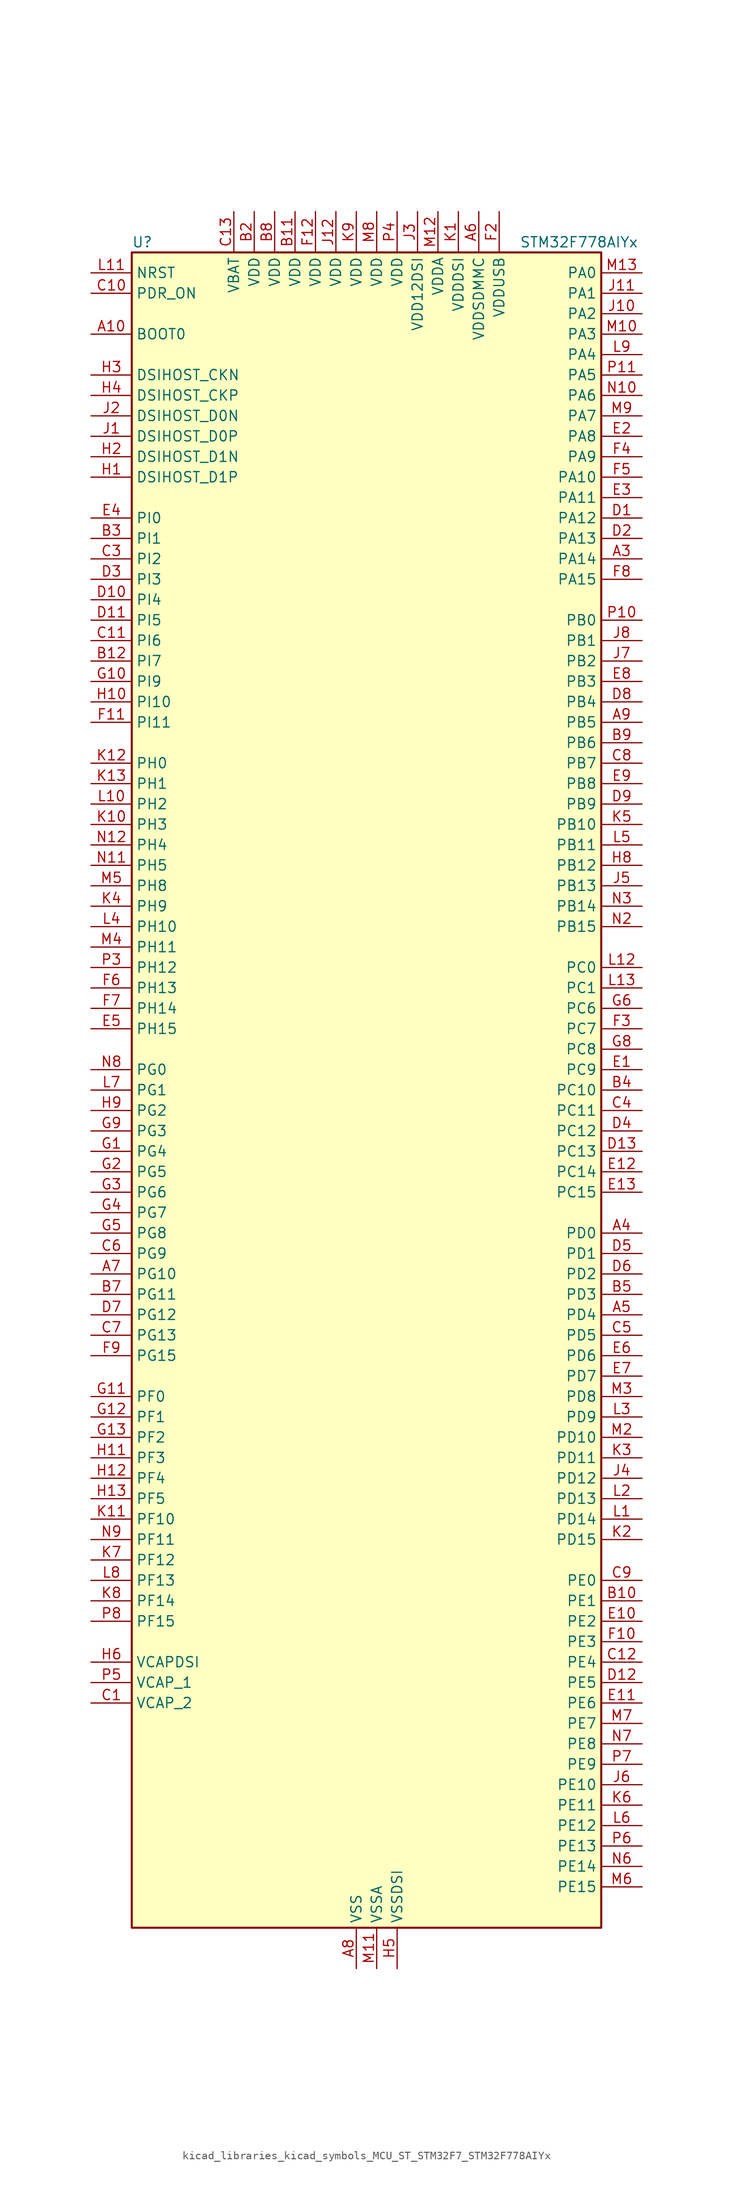
<source format=kicad_sym>
(kicad_symbol_lib
  (version 20220914)
  (generator kicad_symbol_editor)
  (symbol "kicad_libraries_kicad_symbols_MCU_ST_STM32F7_STM32F778AIYx"
    (property "Reference" "U"
      (at -27.94 105.41 0)
      (effects (font (size 1.27 1.27)) (justify left)))
    (property "Value" "STM32F778AIYx"
      (at 20.32 105.41 0)
      (effects (font (size 1.27 1.27)) (justify left)))
    (property "ki_locked" ""
      (at 0 0 0)
      (effects (font (size 1.27 1.27))))
    (symbol "kicad_libraries_kicad_symbols_MCU_ST_STM32F7_STM32F778AIYx_0_1"
      (rectangle (start -27.94 -104.14) (end 30.48 104.14) (stroke (width 0.254) (type default)) (fill (type background))))
    (symbol "kicad_libraries_kicad_symbols_MCU_ST_STM32F7_STM32F778AIYx_1_1"
      (pin no_connect line (at -27.94 -104.14 0) (length 5.08) hide (name "NC" (effects (font (size 1.27 1.27)))) (number "A1" (effects (font (size 1.27 1.27)))))
      (pin input line (at -33.02 93.98 0) (length 5.08) (name "BOOT0" (effects (font (size 1.27 1.27)))) (number "A10" (effects (font (size 1.27 1.27)))))
      (pin passive line (at 0 -109.22 90) (length 5.08) hide (name "VSS" (effects (font (size 1.27 1.27)))) (number "A11" (effects (font (size 1.27 1.27)))))
      (pin no_connect line (at -27.94 -99.06 0) (length 5.08) hide (name "NC" (effects (font (size 1.27 1.27)))) (number "A12" (effects (font (size 1.27 1.27)))))
      (pin no_connect line (at -27.94 -96.52 0) (length 5.08) hide (name "NC" (effects (font (size 1.27 1.27)))) (number "A13" (effects (font (size 1.27 1.27)))))
      (pin no_connect line (at -27.94 -101.6 0) (length 5.08) hide (name "NC" (effects (font (size 1.27 1.27)))) (number "A2" (effects (font (size 1.27 1.27)))))
      (pin bidirectional line (at 35.56 66.04 180) (length 5.08) (name "PA14" (effects (font (size 1.27 1.27)))) (number "A3" (effects (font (size 1.27 1.27)))) (alternate "SYS_JTCK-SWCLK" bidirectional line))
      (pin bidirectional line (at 35.56 -17.78 180) (length 5.08) (name "PD0" (effects (font (size 1.27 1.27)))) (number "A4" (effects (font (size 1.27 1.27)))) (alternate "CAN1_RX" bidirectional line) (alternate "DFSDM1_CKIN6" bidirectional line) (alternate "DFSDM1_DATIN7" bidirectional line) (alternate "FMC_D2" bidirectional line) (alternate "FMC_DA2" bidirectional line) (alternate "UART4_RX" bidirectional line))
      (pin bidirectional line (at 35.56 -27.94 180) (length 5.08) (name "PD4" (effects (font (size 1.27 1.27)))) (number "A5" (effects (font (size 1.27 1.27)))) (alternate "DFSDM1_CKIN0" bidirectional line) (alternate "FMC_NOE" bidirectional line) (alternate "USART2_DE" bidirectional line) (alternate "USART2_RTS" bidirectional line))
      (pin power_in line (at 15.24 109.22 270) (length 5.08) (name "VDDSDMMC" (effects (font (size 1.27 1.27)))) (number "A6" (effects (font (size 1.27 1.27)))))
      (pin bidirectional line (at -33.02 -22.86 0) (length 5.08) (name "PG10" (effects (font (size 1.27 1.27)))) (number "A7" (effects (font (size 1.27 1.27)))) (alternate "DCMI_D2" bidirectional line) (alternate "FMC_NE3" bidirectional line) (alternate "I2S1_WS" bidirectional line) (alternate "LTDC_B2" bidirectional line) (alternate "LTDC_G3" bidirectional line) (alternate "SAI2_SD_B" bidirectional line) (alternate "SDMMC2_D1" bidirectional line) (alternate "SPI1_NSS" bidirectional line))
      (pin power_in line (at 0 -109.22 90) (length 5.08) (name "VSS" (effects (font (size 1.27 1.27)))) (number "A8" (effects (font (size 1.27 1.27)))))
      (pin bidirectional line (at 35.56 45.72 180) (length 5.08) (name "PB5" (effects (font (size 1.27 1.27)))) (number "A9" (effects (font (size 1.27 1.27)))) (alternate "CAN2_RX" bidirectional line) (alternate "DCMI_D10" bidirectional line) (alternate "FMC_SDCKE1" bidirectional line) (alternate "I2C1_SMBA" bidirectional line) (alternate "I2S1_SD" bidirectional line) (alternate "I2S3_SD" bidirectional line) (alternate "LTDC_G7" bidirectional line) (alternate "SPI1_MOSI" bidirectional line) (alternate "SPI3_MOSI" bidirectional line) (alternate "SPI6_MOSI" bidirectional line) (alternate "TIM3_CH2" bidirectional line) (alternate "UART5_RX" bidirectional line) (alternate "USB_OTG_HS_ULPI_D7" bidirectional line))
      (pin no_connect line (at -27.94 -93.98 0) (length 5.08) hide (name "NC" (effects (font (size 1.27 1.27)))) (number "B1" (effects (font (size 1.27 1.27)))))
      (pin bidirectional line (at 35.56 -63.5 180) (length 5.08) (name "PE1" (effects (font (size 1.27 1.27)))) (number "B10" (effects (font (size 1.27 1.27)))) (alternate "DCMI_D3" bidirectional line) (alternate "FMC_NBL1" bidirectional line) (alternate "LPTIM1_IN2" bidirectional line) (alternate "UART8_TX" bidirectional line))
      (pin power_in line (at -7.62 109.22 270) (length 5.08) (name "VDD" (effects (font (size 1.27 1.27)))) (number "B11" (effects (font (size 1.27 1.27)))))
      (pin bidirectional line (at -33.02 53.34 0) (length 5.08) (name "PI7" (effects (font (size 1.27 1.27)))) (number "B12" (effects (font (size 1.27 1.27)))) (alternate "DCMI_D7" bidirectional line) (alternate "FMC_D29" bidirectional line) (alternate "LTDC_B7" bidirectional line) (alternate "SAI2_FS_A" bidirectional line) (alternate "TIM8_CH3" bidirectional line))
      (pin no_connect line (at -27.94 -91.44 0) (length 5.08) hide (name "NC" (effects (font (size 1.27 1.27)))) (number "B13" (effects (font (size 1.27 1.27)))))
      (pin power_in line (at -12.7 109.22 270) (length 5.08) (name "VDD" (effects (font (size 1.27 1.27)))) (number "B2" (effects (font (size 1.27 1.27)))))
      (pin bidirectional line (at -33.02 68.58 0) (length 5.08) (name "PI1" (effects (font (size 1.27 1.27)))) (number "B3" (effects (font (size 1.27 1.27)))) (alternate "DCMI_D8" bidirectional line) (alternate "FMC_D25" bidirectional line) (alternate "I2S2_CK" bidirectional line) (alternate "LTDC_G6" bidirectional line) (alternate "SPI2_SCK" bidirectional line) (alternate "TIM8_BKIN2" bidirectional line))
      (pin bidirectional line (at 35.56 0 180) (length 5.08) (name "PC10" (effects (font (size 1.27 1.27)))) (number "B4" (effects (font (size 1.27 1.27)))) (alternate "DCMI_D8" bidirectional line) (alternate "DFSDM1_CKIN5" bidirectional line) (alternate "I2S3_CK" bidirectional line) (alternate "LTDC_R2" bidirectional line) (alternate "QUADSPI_BK1_IO1" bidirectional line) (alternate "SDMMC1_D2" bidirectional line) (alternate "SPI3_SCK" bidirectional line) (alternate "UART4_TX" bidirectional line) (alternate "USART3_TX" bidirectional line))
      (pin bidirectional line (at 35.56 -25.4 180) (length 5.08) (name "PD3" (effects (font (size 1.27 1.27)))) (number "B5" (effects (font (size 1.27 1.27)))) (alternate "DCMI_D5" bidirectional line) (alternate "DFSDM1_CKOUT" bidirectional line) (alternate "DFSDM1_DATIN0" bidirectional line) (alternate "FMC_CLK" bidirectional line) (alternate "I2S2_CK" bidirectional line) (alternate "LTDC_G7" bidirectional line) (alternate "SPI2_SCK" bidirectional line) (alternate "USART2_CTS" bidirectional line))
      (pin passive line (at 0 -109.22 90) (length 5.08) hide (name "VSS" (effects (font (size 1.27 1.27)))) (number "B6" (effects (font (size 1.27 1.27)))))
      (pin bidirectional line (at -33.02 -25.4 0) (length 5.08) (name "PG11" (effects (font (size 1.27 1.27)))) (number "B7" (effects (font (size 1.27 1.27)))) (alternate "ADC1_EXTI11" bidirectional line) (alternate "ADC2_EXTI11" bidirectional line) (alternate "ADC3_EXTI11" bidirectional line) (alternate "DCMI_D3" bidirectional line) (alternate "I2S1_CK" bidirectional line) (alternate "LTDC_B3" bidirectional line) (alternate "SDMMC2_D2" bidirectional line) (alternate "SPDIFRX_IN0" bidirectional line) (alternate "SPI1_SCK" bidirectional line))
      (pin power_in line (at -10.16 109.22 270) (length 5.08) (name "VDD" (effects (font (size 1.27 1.27)))) (number "B8" (effects (font (size 1.27 1.27)))))
      (pin bidirectional line (at 35.56 43.18 180) (length 5.08) (name "PB6" (effects (font (size 1.27 1.27)))) (number "B9" (effects (font (size 1.27 1.27)))) (alternate "CAN2_TX" bidirectional line) (alternate "CEC" bidirectional line) (alternate "DCMI_D5" bidirectional line) (alternate "DFSDM1_DATIN5" bidirectional line) (alternate "FMC_SDNE1" bidirectional line) (alternate "I2C1_SCL" bidirectional line) (alternate "I2C4_SCL" bidirectional line) (alternate "QUADSPI_BK1_NCS" bidirectional line) (alternate "TIM4_CH1" bidirectional line) (alternate "UART5_TX" bidirectional line) (alternate "USART1_TX" bidirectional line))
      (pin power_out line (at -33.02 -76.2 0) (length 5.08) (name "VCAP_2" (effects (font (size 1.27 1.27)))) (number "C1" (effects (font (size 1.27 1.27)))))
      (pin input line (at -33.02 99.06 0) (length 5.08) (name "PDR_ON" (effects (font (size 1.27 1.27)))) (number "C10" (effects (font (size 1.27 1.27)))))
      (pin bidirectional line (at -33.02 55.88 0) (length 5.08) (name "PI6" (effects (font (size 1.27 1.27)))) (number "C11" (effects (font (size 1.27 1.27)))) (alternate "DCMI_D6" bidirectional line) (alternate "FMC_D28" bidirectional line) (alternate "LTDC_B6" bidirectional line) (alternate "SAI2_SD_A" bidirectional line) (alternate "TIM8_CH2" bidirectional line))
      (pin bidirectional line (at 35.56 -71.12 180) (length 5.08) (name "PE4" (effects (font (size 1.27 1.27)))) (number "C12" (effects (font (size 1.27 1.27)))) (alternate "DCMI_D4" bidirectional line) (alternate "DFSDM1_DATIN3" bidirectional line) (alternate "FMC_A20" bidirectional line) (alternate "LTDC_B0" bidirectional line) (alternate "SAI1_FS_A" bidirectional line) (alternate "SPI4_NSS" bidirectional line) (alternate "SYS_TRACED1" bidirectional line))
      (pin power_in line (at -15.24 109.22 270) (length 5.08) (name "VBAT" (effects (font (size 1.27 1.27)))) (number "C13" (effects (font (size 1.27 1.27)))))
      (pin passive line (at 0 -109.22 90) (length 5.08) hide (name "VSS" (effects (font (size 1.27 1.27)))) (number "C2" (effects (font (size 1.27 1.27)))))
      (pin bidirectional line (at -33.02 66.04 0) (length 5.08) (name "PI2" (effects (font (size 1.27 1.27)))) (number "C3" (effects (font (size 1.27 1.27)))) (alternate "DCMI_D9" bidirectional line) (alternate "FMC_D26" bidirectional line) (alternate "LTDC_G7" bidirectional line) (alternate "SPI2_MISO" bidirectional line) (alternate "TIM8_CH4" bidirectional line))
      (pin bidirectional line (at 35.56 -2.54 180) (length 5.08) (name "PC11" (effects (font (size 1.27 1.27)))) (number "C4" (effects (font (size 1.27 1.27)))) (alternate "ADC1_EXTI11" bidirectional line) (alternate "ADC2_EXTI11" bidirectional line) (alternate "ADC3_EXTI11" bidirectional line) (alternate "DCMI_D4" bidirectional line) (alternate "DFSDM1_DATIN5" bidirectional line) (alternate "QUADSPI_BK2_NCS" bidirectional line) (alternate "SDMMC1_D3" bidirectional line) (alternate "SPI3_MISO" bidirectional line) (alternate "UART4_RX" bidirectional line) (alternate "USART3_RX" bidirectional line))
      (pin bidirectional line (at 35.56 -30.48 180) (length 5.08) (name "PD5" (effects (font (size 1.27 1.27)))) (number "C5" (effects (font (size 1.27 1.27)))) (alternate "FMC_NWE" bidirectional line) (alternate "USART2_TX" bidirectional line))
      (pin bidirectional line (at -33.02 -20.32 0) (length 5.08) (name "PG9" (effects (font (size 1.27 1.27)))) (number "C6" (effects (font (size 1.27 1.27)))) (alternate "DAC_EXTI9" bidirectional line) (alternate "DCMI_VSYNC" bidirectional line) (alternate "FMC_NCE" bidirectional line) (alternate "FMC_NE2" bidirectional line) (alternate "QUADSPI_BK2_IO2" bidirectional line) (alternate "SAI2_FS_B" bidirectional line) (alternate "SDMMC2_D0" bidirectional line) (alternate "SPDIFRX_IN3" bidirectional line) (alternate "SPI1_MISO" bidirectional line) (alternate "USART6_RX" bidirectional line))
      (pin bidirectional line (at -33.02 -30.48 0) (length 5.08) (name "PG13" (effects (font (size 1.27 1.27)))) (number "C7" (effects (font (size 1.27 1.27)))) (alternate "FMC_A24" bidirectional line) (alternate "LPTIM1_OUT" bidirectional line) (alternate "LTDC_R0" bidirectional line) (alternate "SPI6_SCK" bidirectional line) (alternate "SYS_TRACED0" bidirectional line) (alternate "USART6_CTS" bidirectional line))
      (pin bidirectional line (at 35.56 40.64 180) (length 5.08) (name "PB7" (effects (font (size 1.27 1.27)))) (number "C8" (effects (font (size 1.27 1.27)))) (alternate "DCMI_VSYNC" bidirectional line) (alternate "DFSDM1_CKIN5" bidirectional line) (alternate "FMC_NL" bidirectional line) (alternate "I2C1_SDA" bidirectional line) (alternate "I2C4_SDA" bidirectional line) (alternate "TIM4_CH2" bidirectional line) (alternate "USART1_RX" bidirectional line))
      (pin bidirectional line (at 35.56 -60.96 180) (length 5.08) (name "PE0" (effects (font (size 1.27 1.27)))) (number "C9" (effects (font (size 1.27 1.27)))) (alternate "DCMI_D2" bidirectional line) (alternate "FMC_NBL0" bidirectional line) (alternate "LPTIM1_ETR" bidirectional line) (alternate "SAI2_MCLK_A" bidirectional line) (alternate "TIM4_ETR" bidirectional line) (alternate "UART8_RX" bidirectional line))
      (pin bidirectional line (at 35.56 71.12 180) (length 5.08) (name "PA12" (effects (font (size 1.27 1.27)))) (number "D1" (effects (font (size 1.27 1.27)))) (alternate "CAN1_TX" bidirectional line) (alternate "I2S2_CK" bidirectional line) (alternate "LTDC_R5" bidirectional line) (alternate "SAI2_FS_B" bidirectional line) (alternate "SPI2_SCK" bidirectional line) (alternate "TIM1_ETR" bidirectional line) (alternate "UART4_TX" bidirectional line) (alternate "USART1_DE" bidirectional line) (alternate "USART1_RTS" bidirectional line) (alternate "USB_OTG_FS_DP" bidirectional line))
      (pin bidirectional line (at -33.02 60.96 0) (length 5.08) (name "PI4" (effects (font (size 1.27 1.27)))) (number "D10" (effects (font (size 1.27 1.27)))) (alternate "DCMI_D5" bidirectional line) (alternate "FMC_NBL2" bidirectional line) (alternate "LTDC_B4" bidirectional line) (alternate "SAI2_MCLK_A" bidirectional line) (alternate "TIM8_BKIN" bidirectional line))
      (pin bidirectional line (at -33.02 58.42 0) (length 5.08) (name "PI5" (effects (font (size 1.27 1.27)))) (number "D11" (effects (font (size 1.27 1.27)))) (alternate "DCMI_VSYNC" bidirectional line) (alternate "FMC_NBL3" bidirectional line) (alternate "LTDC_B5" bidirectional line) (alternate "SAI2_SCK_A" bidirectional line) (alternate "TIM8_CH1" bidirectional line))
      (pin bidirectional line (at 35.56 -73.66 180) (length 5.08) (name "PE5" (effects (font (size 1.27 1.27)))) (number "D12" (effects (font (size 1.27 1.27)))) (alternate "DCMI_D6" bidirectional line) (alternate "DFSDM1_CKIN3" bidirectional line) (alternate "FMC_A21" bidirectional line) (alternate "LTDC_G0" bidirectional line) (alternate "SAI1_SCK_A" bidirectional line) (alternate "SPI4_MISO" bidirectional line) (alternate "SYS_TRACED2" bidirectional line) (alternate "TIM9_CH1" bidirectional line))
      (pin bidirectional line (at 35.56 -7.62 180) (length 5.08) (name "PC13" (effects (font (size 1.27 1.27)))) (number "D13" (effects (font (size 1.27 1.27)))) (alternate "RTC_OUT" bidirectional line) (alternate "RTC_TAMP1" bidirectional line) (alternate "RTC_TS" bidirectional line) (alternate "SYS_WKUP4" bidirectional line))
      (pin bidirectional line (at 35.56 68.58 180) (length 5.08) (name "PA13" (effects (font (size 1.27 1.27)))) (number "D2" (effects (font (size 1.27 1.27)))) (alternate "SYS_JTMS-SWDIO" bidirectional line))
      (pin bidirectional line (at -33.02 63.5 0) (length 5.08) (name "PI3" (effects (font (size 1.27 1.27)))) (number "D3" (effects (font (size 1.27 1.27)))) (alternate "DCMI_D10" bidirectional line) (alternate "FMC_D27" bidirectional line) (alternate "I2S2_SD" bidirectional line) (alternate "SPI2_MOSI" bidirectional line) (alternate "TIM8_ETR" bidirectional line))
      (pin bidirectional line (at 35.56 -5.08 180) (length 5.08) (name "PC12" (effects (font (size 1.27 1.27)))) (number "D4" (effects (font (size 1.27 1.27)))) (alternate "DCMI_D9" bidirectional line) (alternate "I2S3_SD" bidirectional line) (alternate "SDMMC1_CK" bidirectional line) (alternate "SPI3_MOSI" bidirectional line) (alternate "SYS_TRACED3" bidirectional line) (alternate "UART5_TX" bidirectional line) (alternate "USART3_CK" bidirectional line))
      (pin bidirectional line (at 35.56 -20.32 180) (length 5.08) (name "PD1" (effects (font (size 1.27 1.27)))) (number "D5" (effects (font (size 1.27 1.27)))) (alternate "CAN1_TX" bidirectional line) (alternate "DFSDM1_CKIN7" bidirectional line) (alternate "DFSDM1_DATIN6" bidirectional line) (alternate "FMC_D3" bidirectional line) (alternate "FMC_DA3" bidirectional line) (alternate "UART4_TX" bidirectional line))
      (pin bidirectional line (at 35.56 -22.86 180) (length 5.08) (name "PD2" (effects (font (size 1.27 1.27)))) (number "D6" (effects (font (size 1.27 1.27)))) (alternate "DCMI_D11" bidirectional line) (alternate "SDMMC1_CMD" bidirectional line) (alternate "SYS_TRACED2" bidirectional line) (alternate "TIM3_ETR" bidirectional line) (alternate "UART5_RX" bidirectional line))
      (pin bidirectional line (at -33.02 -27.94 0) (length 5.08) (name "PG12" (effects (font (size 1.27 1.27)))) (number "D7" (effects (font (size 1.27 1.27)))) (alternate "FMC_NE4" bidirectional line) (alternate "LPTIM1_IN1" bidirectional line) (alternate "LTDC_B1" bidirectional line) (alternate "LTDC_B4" bidirectional line) (alternate "SDMMC2_D3" bidirectional line) (alternate "SPDIFRX_IN1" bidirectional line) (alternate "SPI6_MISO" bidirectional line) (alternate "USART6_DE" bidirectional line) (alternate "USART6_RTS" bidirectional line))
      (pin bidirectional line (at 35.56 48.26 180) (length 5.08) (name "PB4" (effects (font (size 1.27 1.27)))) (number "D8" (effects (font (size 1.27 1.27)))) (alternate "CAN3_TX" bidirectional line) (alternate "I2S2_WS" bidirectional line) (alternate "SDMMC2_D3" bidirectional line) (alternate "SPI1_MISO" bidirectional line) (alternate "SPI2_NSS" bidirectional line) (alternate "SPI3_MISO" bidirectional line) (alternate "SPI6_MISO" bidirectional line) (alternate "SYS_JTRST" bidirectional line) (alternate "TIM3_CH1" bidirectional line) (alternate "UART7_TX" bidirectional line))
      (pin bidirectional line (at 35.56 35.56 180) (length 5.08) (name "PB9" (effects (font (size 1.27 1.27)))) (number "D9" (effects (font (size 1.27 1.27)))) (alternate "CAN1_TX" bidirectional line) (alternate "DAC_EXTI9" bidirectional line) (alternate "DCMI_D7" bidirectional line) (alternate "DFSDM1_DATIN7" bidirectional line) (alternate "I2C1_SDA" bidirectional line) (alternate "I2C4_SDA" bidirectional line) (alternate "I2C4_SMBA" bidirectional line) (alternate "I2S2_WS" bidirectional line) (alternate "LTDC_B7" bidirectional line) (alternate "SDMMC1_D5" bidirectional line) (alternate "SDMMC2_D5" bidirectional line) (alternate "SPI2_NSS" bidirectional line) (alternate "TIM11_CH1" bidirectional line) (alternate "TIM4_CH4" bidirectional line) (alternate "UART5_TX" bidirectional line))
      (pin bidirectional line (at 35.56 2.54 180) (length 5.08) (name "PC9" (effects (font (size 1.27 1.27)))) (number "E1" (effects (font (size 1.27 1.27)))) (alternate "DAC_EXTI9" bidirectional line) (alternate "DCMI_D3" bidirectional line) (alternate "I2C3_SDA" bidirectional line) (alternate "I2S_CKIN" bidirectional line) (alternate "LTDC_B2" bidirectional line) (alternate "LTDC_G3" bidirectional line) (alternate "QUADSPI_BK1_IO0" bidirectional line) (alternate "RCC_MCO_2" bidirectional line) (alternate "SDMMC1_D1" bidirectional line) (alternate "TIM3_CH4" bidirectional line) (alternate "TIM8_CH4" bidirectional line) (alternate "UART5_CTS" bidirectional line))
      (pin bidirectional line (at 35.56 -66.04 180) (length 5.08) (name "PE2" (effects (font (size 1.27 1.27)))) (number "E10" (effects (font (size 1.27 1.27)))) (alternate "FMC_A23" bidirectional line) (alternate "QUADSPI_BK1_IO2" bidirectional line) (alternate "SAI1_MCLK_A" bidirectional line) (alternate "SPI4_SCK" bidirectional line) (alternate "SYS_TRACECLK" bidirectional line))
      (pin bidirectional line (at 35.56 -76.2 180) (length 5.08) (name "PE6" (effects (font (size 1.27 1.27)))) (number "E11" (effects (font (size 1.27 1.27)))) (alternate "DCMI_D7" bidirectional line) (alternate "FMC_A22" bidirectional line) (alternate "LTDC_G1" bidirectional line) (alternate "SAI1_SD_A" bidirectional line) (alternate "SAI2_MCLK_B" bidirectional line) (alternate "SPI4_MOSI" bidirectional line) (alternate "SYS_TRACED3" bidirectional line) (alternate "TIM1_BKIN2" bidirectional line) (alternate "TIM9_CH2" bidirectional line))
      (pin bidirectional line (at 35.56 -10.16 180) (length 5.08) (name "PC14" (effects (font (size 1.27 1.27)))) (number "E12" (effects (font (size 1.27 1.27)))) (alternate "RCC_OSC32_IN" bidirectional line))
      (pin bidirectional line (at 35.56 -12.7 180) (length 5.08) (name "PC15" (effects (font (size 1.27 1.27)))) (number "E13" (effects (font (size 1.27 1.27)))) (alternate "RCC_OSC32_OUT" bidirectional line))
      (pin bidirectional line (at 35.56 81.28 180) (length 5.08) (name "PA8" (effects (font (size 1.27 1.27)))) (number "E2" (effects (font (size 1.27 1.27)))) (alternate "CAN3_RX" bidirectional line) (alternate "I2C3_SCL" bidirectional line) (alternate "LTDC_B3" bidirectional line) (alternate "LTDC_R6" bidirectional line) (alternate "RCC_MCO_1" bidirectional line) (alternate "TIM1_CH1" bidirectional line) (alternate "TIM8_BKIN2" bidirectional line) (alternate "UART7_RX" bidirectional line) (alternate "USART1_CK" bidirectional line) (alternate "USB_OTG_FS_SOF" bidirectional line))
      (pin bidirectional line (at 35.56 73.66 180) (length 5.08) (name "PA11" (effects (font (size 1.27 1.27)))) (number "E3" (effects (font (size 1.27 1.27)))) (alternate "ADC1_EXTI11" bidirectional line) (alternate "ADC2_EXTI11" bidirectional line) (alternate "ADC3_EXTI11" bidirectional line) (alternate "CAN1_RX" bidirectional line) (alternate "I2S2_WS" bidirectional line) (alternate "LTDC_R4" bidirectional line) (alternate "SPI2_NSS" bidirectional line) (alternate "TIM1_CH4" bidirectional line) (alternate "UART4_RX" bidirectional line) (alternate "USART1_CTS" bidirectional line) (alternate "USB_OTG_FS_DM" bidirectional line))
      (pin bidirectional line (at -33.02 71.12 0) (length 5.08) (name "PI0" (effects (font (size 1.27 1.27)))) (number "E4" (effects (font (size 1.27 1.27)))) (alternate "DCMI_D13" bidirectional line) (alternate "FMC_D24" bidirectional line) (alternate "I2S2_WS" bidirectional line) (alternate "LTDC_G5" bidirectional line) (alternate "SPI2_NSS" bidirectional line) (alternate "TIM5_CH4" bidirectional line))
      (pin bidirectional line (at -33.02 7.62 0) (length 5.08) (name "PH15" (effects (font (size 1.27 1.27)))) (number "E5" (effects (font (size 1.27 1.27)))) (alternate "DCMI_D11" bidirectional line) (alternate "FMC_D23" bidirectional line) (alternate "LTDC_G4" bidirectional line) (alternate "TIM8_CH3N" bidirectional line))
      (pin bidirectional line (at 35.56 -33.02 180) (length 5.08) (name "PD6" (effects (font (size 1.27 1.27)))) (number "E6" (effects (font (size 1.27 1.27)))) (alternate "DCMI_D10" bidirectional line) (alternate "DFSDM1_CKIN4" bidirectional line) (alternate "DFSDM1_DATIN1" bidirectional line) (alternate "FMC_NWAIT" bidirectional line) (alternate "I2S3_SD" bidirectional line) (alternate "LTDC_B2" bidirectional line) (alternate "SAI1_SD_A" bidirectional line) (alternate "SDMMC2_CK" bidirectional line) (alternate "SPI3_MOSI" bidirectional line) (alternate "USART2_RX" bidirectional line))
      (pin bidirectional line (at 35.56 -35.56 180) (length 5.08) (name "PD7" (effects (font (size 1.27 1.27)))) (number "E7" (effects (font (size 1.27 1.27)))) (alternate "DFSDM1_CKIN1" bidirectional line) (alternate "DFSDM1_DATIN4" bidirectional line) (alternate "FMC_NE1" bidirectional line) (alternate "I2S1_SD" bidirectional line) (alternate "SDMMC2_CMD" bidirectional line) (alternate "SPDIFRX_IN0" bidirectional line) (alternate "SPI1_MOSI" bidirectional line) (alternate "USART2_CK" bidirectional line))
      (pin bidirectional line (at 35.56 50.8 180) (length 5.08) (name "PB3" (effects (font (size 1.27 1.27)))) (number "E8" (effects (font (size 1.27 1.27)))) (alternate "CAN3_RX" bidirectional line) (alternate "I2S1_CK" bidirectional line) (alternate "I2S3_CK" bidirectional line) (alternate "SDMMC2_D2" bidirectional line) (alternate "SPI1_SCK" bidirectional line) (alternate "SPI3_SCK" bidirectional line) (alternate "SPI6_SCK" bidirectional line) (alternate "SYS_JTDO-SWO" bidirectional line) (alternate "TIM2_CH2" bidirectional line) (alternate "UART7_RX" bidirectional line))
      (pin bidirectional line (at 35.56 38.1 180) (length 5.08) (name "PB8" (effects (font (size 1.27 1.27)))) (number "E9" (effects (font (size 1.27 1.27)))) (alternate "CAN1_RX" bidirectional line) (alternate "DCMI_D6" bidirectional line) (alternate "DFSDM1_CKIN7" bidirectional line) (alternate "I2C1_SCL" bidirectional line) (alternate "I2C4_SCL" bidirectional line) (alternate "LTDC_B6" bidirectional line) (alternate "SDMMC1_D4" bidirectional line) (alternate "SDMMC2_D4" bidirectional line) (alternate "TIM10_CH1" bidirectional line) (alternate "TIM4_CH3" bidirectional line) (alternate "UART5_RX" bidirectional line))
      (pin passive line (at 0 -109.22 90) (length 5.08) hide (name "VSS" (effects (font (size 1.27 1.27)))) (number "F1" (effects (font (size 1.27 1.27)))))
      (pin bidirectional line (at 35.56 -68.58 180) (length 5.08) (name "PE3" (effects (font (size 1.27 1.27)))) (number "F10" (effects (font (size 1.27 1.27)))) (alternate "FMC_A19" bidirectional line) (alternate "SAI1_SD_B" bidirectional line) (alternate "SYS_TRACED0" bidirectional line))
      (pin bidirectional line (at -33.02 45.72 0) (length 5.08) (name "PI11" (effects (font (size 1.27 1.27)))) (number "F11" (effects (font (size 1.27 1.27)))) (alternate "ADC1_EXTI11" bidirectional line) (alternate "ADC2_EXTI11" bidirectional line) (alternate "ADC3_EXTI11" bidirectional line) (alternate "LTDC_G6" bidirectional line) (alternate "SYS_WKUP6" bidirectional line) (alternate "USB_OTG_HS_ULPI_DIR" bidirectional line))
      (pin power_in line (at -5.08 109.22 270) (length 5.08) (name "VDD" (effects (font (size 1.27 1.27)))) (number "F12" (effects (font (size 1.27 1.27)))))
      (pin passive line (at 0 -109.22 90) (length 5.08) hide (name "VSS" (effects (font (size 1.27 1.27)))) (number "F13" (effects (font (size 1.27 1.27)))))
      (pin power_in line (at 17.78 109.22 270) (length 5.08) (name "VDDUSB" (effects (font (size 1.27 1.27)))) (number "F2" (effects (font (size 1.27 1.27)))))
      (pin bidirectional line (at 35.56 7.62 180) (length 5.08) (name "PC7" (effects (font (size 1.27 1.27)))) (number "F3" (effects (font (size 1.27 1.27)))) (alternate "DCMI_D1" bidirectional line) (alternate "DFSDM1_DATIN3" bidirectional line) (alternate "FMC_NE1" bidirectional line) (alternate "I2S3_MCK" bidirectional line) (alternate "LTDC_G6" bidirectional line) (alternate "SDMMC1_D7" bidirectional line) (alternate "SDMMC2_D7" bidirectional line) (alternate "TIM3_CH2" bidirectional line) (alternate "TIM8_CH2" bidirectional line) (alternate "USART6_RX" bidirectional line))
      (pin bidirectional line (at 35.56 78.74 180) (length 5.08) (name "PA9" (effects (font (size 1.27 1.27)))) (number "F4" (effects (font (size 1.27 1.27)))) (alternate "DAC_EXTI9" bidirectional line) (alternate "DCMI_D0" bidirectional line) (alternate "I2C3_SMBA" bidirectional line) (alternate "I2S2_CK" bidirectional line) (alternate "LTDC_R5" bidirectional line) (alternate "SPI2_SCK" bidirectional line) (alternate "TIM1_CH2" bidirectional line) (alternate "USART1_TX" bidirectional line) (alternate "USB_OTG_FS_VBUS" bidirectional line))
      (pin bidirectional line (at 35.56 76.2 180) (length 5.08) (name "PA10" (effects (font (size 1.27 1.27)))) (number "F5" (effects (font (size 1.27 1.27)))) (alternate "DCMI_D1" bidirectional line) (alternate "LTDC_B1" bidirectional line) (alternate "LTDC_B4" bidirectional line) (alternate "MDIOS_MDIO" bidirectional line) (alternate "TIM1_CH3" bidirectional line) (alternate "USART1_RX" bidirectional line) (alternate "USB_OTG_FS_ID" bidirectional line))
      (pin bidirectional line (at -33.02 12.7 0) (length 5.08) (name "PH13" (effects (font (size 1.27 1.27)))) (number "F6" (effects (font (size 1.27 1.27)))) (alternate "CAN1_TX" bidirectional line) (alternate "FMC_D21" bidirectional line) (alternate "LTDC_G2" bidirectional line) (alternate "TIM8_CH1N" bidirectional line) (alternate "UART4_TX" bidirectional line))
      (pin bidirectional line (at -33.02 10.16 0) (length 5.08) (name "PH14" (effects (font (size 1.27 1.27)))) (number "F7" (effects (font (size 1.27 1.27)))) (alternate "CAN1_RX" bidirectional line) (alternate "DCMI_D4" bidirectional line) (alternate "FMC_D22" bidirectional line) (alternate "LTDC_G3" bidirectional line) (alternate "TIM8_CH2N" bidirectional line) (alternate "UART4_RX" bidirectional line))
      (pin bidirectional line (at 35.56 63.5 180) (length 5.08) (name "PA15" (effects (font (size 1.27 1.27)))) (number "F8" (effects (font (size 1.27 1.27)))) (alternate "CAN3_TX" bidirectional line) (alternate "CEC" bidirectional line) (alternate "I2S1_WS" bidirectional line) (alternate "I2S3_WS" bidirectional line) (alternate "SPI1_NSS" bidirectional line) (alternate "SPI3_NSS" bidirectional line) (alternate "SPI6_NSS" bidirectional line) (alternate "SYS_JTDI" bidirectional line) (alternate "TIM2_CH1" bidirectional line) (alternate "TIM2_ETR" bidirectional line) (alternate "UART4_DE" bidirectional line) (alternate "UART4_RTS" bidirectional line) (alternate "UART7_TX" bidirectional line))
      (pin bidirectional line (at -33.02 -33.02 0) (length 5.08) (name "PG15" (effects (font (size 1.27 1.27)))) (number "F9" (effects (font (size 1.27 1.27)))) (alternate "DCMI_D13" bidirectional line) (alternate "FMC_SDNCAS" bidirectional line) (alternate "USART6_CTS" bidirectional line))
      (pin bidirectional line (at -33.02 -7.62 0) (length 5.08) (name "PG4" (effects (font (size 1.27 1.27)))) (number "G1" (effects (font (size 1.27 1.27)))) (alternate "FMC_A14" bidirectional line) (alternate "FMC_BA0" bidirectional line))
      (pin bidirectional line (at -33.02 50.8 0) (length 5.08) (name "PI9" (effects (font (size 1.27 1.27)))) (number "G10" (effects (font (size 1.27 1.27)))) (alternate "CAN1_RX" bidirectional line) (alternate "DAC_EXTI9" bidirectional line) (alternate "FMC_D30" bidirectional line) (alternate "LTDC_VSYNC" bidirectional line) (alternate "UART4_RX" bidirectional line))
      (pin bidirectional line (at -33.02 -38.1 0) (length 5.08) (name "PF0" (effects (font (size 1.27 1.27)))) (number "G11" (effects (font (size 1.27 1.27)))) (alternate "FMC_A0" bidirectional line) (alternate "I2C2_SDA" bidirectional line))
      (pin bidirectional line (at -33.02 -40.64 0) (length 5.08) (name "PF1" (effects (font (size 1.27 1.27)))) (number "G12" (effects (font (size 1.27 1.27)))) (alternate "FMC_A1" bidirectional line) (alternate "I2C2_SCL" bidirectional line))
      (pin bidirectional line (at -33.02 -43.18 0) (length 5.08) (name "PF2" (effects (font (size 1.27 1.27)))) (number "G13" (effects (font (size 1.27 1.27)))) (alternate "FMC_A2" bidirectional line) (alternate "I2C2_SMBA" bidirectional line))
      (pin bidirectional line (at -33.02 -10.16 0) (length 5.08) (name "PG5" (effects (font (size 1.27 1.27)))) (number "G2" (effects (font (size 1.27 1.27)))) (alternate "FMC_A15" bidirectional line) (alternate "FMC_BA1" bidirectional line))
      (pin bidirectional line (at -33.02 -12.7 0) (length 5.08) (name "PG6" (effects (font (size 1.27 1.27)))) (number "G3" (effects (font (size 1.27 1.27)))) (alternate "DCMI_D12" bidirectional line) (alternate "FMC_NE3" bidirectional line) (alternate "LTDC_R7" bidirectional line))
      (pin bidirectional line (at -33.02 -15.24 0) (length 5.08) (name "PG7" (effects (font (size 1.27 1.27)))) (number "G4" (effects (font (size 1.27 1.27)))) (alternate "DCMI_D13" bidirectional line) (alternate "FMC_INT" bidirectional line) (alternate "LTDC_CLK" bidirectional line) (alternate "SAI1_MCLK_A" bidirectional line) (alternate "USART6_CK" bidirectional line))
      (pin bidirectional line (at -33.02 -17.78 0) (length 5.08) (name "PG8" (effects (font (size 1.27 1.27)))) (number "G5" (effects (font (size 1.27 1.27)))) (alternate "FMC_SDCLK" bidirectional line) (alternate "LTDC_G7" bidirectional line) (alternate "SPDIFRX_IN2" bidirectional line) (alternate "SPI6_NSS" bidirectional line) (alternate "USART6_DE" bidirectional line) (alternate "USART6_RTS" bidirectional line))
      (pin bidirectional line (at 35.56 10.16 180) (length 5.08) (name "PC6" (effects (font (size 1.27 1.27)))) (number "G6" (effects (font (size 1.27 1.27)))) (alternate "DCMI_D0" bidirectional line) (alternate "DFSDM1_CKIN3" bidirectional line) (alternate "FMC_NWAIT" bidirectional line) (alternate "I2S2_MCK" bidirectional line) (alternate "LTDC_HSYNC" bidirectional line) (alternate "SDMMC1_D6" bidirectional line) (alternate "SDMMC2_D6" bidirectional line) (alternate "TIM3_CH1" bidirectional line) (alternate "TIM8_CH1" bidirectional line) (alternate "USART6_TX" bidirectional line))
      (pin bidirectional line (at 35.56 5.08 180) (length 5.08) (name "PC8" (effects (font (size 1.27 1.27)))) (number "G8" (effects (font (size 1.27 1.27)))) (alternate "DCMI_D2" bidirectional line) (alternate "FMC_NCE" bidirectional line) (alternate "FMC_NE2" bidirectional line) (alternate "SDMMC1_D0" bidirectional line) (alternate "SYS_TRACED1" bidirectional line) (alternate "TIM3_CH3" bidirectional line) (alternate "TIM8_CH3" bidirectional line) (alternate "UART5_DE" bidirectional line) (alternate "UART5_RTS" bidirectional line) (alternate "USART6_CK" bidirectional line))
      (pin bidirectional line (at -33.02 -5.08 0) (length 5.08) (name "PG3" (effects (font (size 1.27 1.27)))) (number "G9" (effects (font (size 1.27 1.27)))) (alternate "FMC_A13" bidirectional line))
      (pin bidirectional line (at -33.02 76.2 0) (length 5.08) (name "DSIHOST_D1P" (effects (font (size 1.27 1.27)))) (number "H1" (effects (font (size 1.27 1.27)))) (alternate "DSIHOST_D1P" bidirectional line))
      (pin bidirectional line (at -33.02 48.26 0) (length 5.08) (name "PI10" (effects (font (size 1.27 1.27)))) (number "H10" (effects (font (size 1.27 1.27)))) (alternate "FMC_D31" bidirectional line) (alternate "LTDC_HSYNC" bidirectional line))
      (pin bidirectional line (at -33.02 -45.72 0) (length 5.08) (name "PF3" (effects (font (size 1.27 1.27)))) (number "H11" (effects (font (size 1.27 1.27)))) (alternate "ADC3_IN9" bidirectional line) (alternate "FMC_A3" bidirectional line))
      (pin bidirectional line (at -33.02 -48.26 0) (length 5.08) (name "PF4" (effects (font (size 1.27 1.27)))) (number "H12" (effects (font (size 1.27 1.27)))) (alternate "ADC3_IN14" bidirectional line) (alternate "FMC_A4" bidirectional line))
      (pin bidirectional line (at -33.02 -50.8 0) (length 5.08) (name "PF5" (effects (font (size 1.27 1.27)))) (number "H13" (effects (font (size 1.27 1.27)))) (alternate "ADC3_IN15" bidirectional line) (alternate "FMC_A5" bidirectional line))
      (pin bidirectional line (at -33.02 78.74 0) (length 5.08) (name "DSIHOST_D1N" (effects (font (size 1.27 1.27)))) (number "H2" (effects (font (size 1.27 1.27)))) (alternate "DSIHOST_D1N" bidirectional line))
      (pin bidirectional line (at -33.02 88.9 0) (length 5.08) (name "DSIHOST_CKN" (effects (font (size 1.27 1.27)))) (number "H3" (effects (font (size 1.27 1.27)))) (alternate "DSIHOST_CKN" bidirectional line))
      (pin bidirectional line (at -33.02 86.36 0) (length 5.08) (name "DSIHOST_CKP" (effects (font (size 1.27 1.27)))) (number "H4" (effects (font (size 1.27 1.27)))) (alternate "DSIHOST_CKP" bidirectional line))
      (pin power_in line (at 5.08 -109.22 90) (length 5.08) (name "VSSDSI" (effects (font (size 1.27 1.27)))) (number "H5" (effects (font (size 1.27 1.27)))))
      (pin power_out line (at -33.02 -71.12 0) (length 5.08) (name "VCAPDSI" (effects (font (size 1.27 1.27)))) (number "H6" (effects (font (size 1.27 1.27)))))
      (pin bidirectional line (at 35.56 27.94 180) (length 5.08) (name "PB12" (effects (font (size 1.27 1.27)))) (number "H8" (effects (font (size 1.27 1.27)))) (alternate "CAN2_RX" bidirectional line) (alternate "DFSDM1_DATIN1" bidirectional line) (alternate "I2C2_SMBA" bidirectional line) (alternate "I2S2_WS" bidirectional line) (alternate "SPI2_NSS" bidirectional line) (alternate "TIM1_BKIN" bidirectional line) (alternate "UART5_RX" bidirectional line) (alternate "USART3_CK" bidirectional line) (alternate "USB_OTG_HS_ID" bidirectional line) (alternate "USB_OTG_HS_ULPI_D5" bidirectional line))
      (pin bidirectional line (at -33.02 -2.54 0) (length 5.08) (name "PG2" (effects (font (size 1.27 1.27)))) (number "H9" (effects (font (size 1.27 1.27)))) (alternate "FMC_A12" bidirectional line))
      (pin bidirectional line (at -33.02 81.28 0) (length 5.08) (name "DSIHOST_D0P" (effects (font (size 1.27 1.27)))) (number "J1" (effects (font (size 1.27 1.27)))) (alternate "DSIHOST_D0P" bidirectional line))
      (pin bidirectional line (at 35.56 96.52 180) (length 5.08) (name "PA2" (effects (font (size 1.27 1.27)))) (number "J10" (effects (font (size 1.27 1.27)))) (alternate "ADC1_IN2" bidirectional line) (alternate "ADC2_IN2" bidirectional line) (alternate "ADC3_IN2" bidirectional line) (alternate "LTDC_R1" bidirectional line) (alternate "MDIOS_MDIO" bidirectional line) (alternate "SAI2_SCK_B" bidirectional line) (alternate "SYS_WKUP2" bidirectional line) (alternate "TIM2_CH3" bidirectional line) (alternate "TIM5_CH3" bidirectional line) (alternate "TIM9_CH1" bidirectional line) (alternate "USART2_TX" bidirectional line))
      (pin bidirectional line (at 35.56 99.06 180) (length 5.08) (name "PA1" (effects (font (size 1.27 1.27)))) (number "J11" (effects (font (size 1.27 1.27)))) (alternate "ADC1_IN1" bidirectional line) (alternate "ADC2_IN1" bidirectional line) (alternate "ADC3_IN1" bidirectional line) (alternate "LTDC_R2" bidirectional line) (alternate "QUADSPI_BK1_IO3" bidirectional line) (alternate "SAI2_MCLK_B" bidirectional line) (alternate "TIM2_CH2" bidirectional line) (alternate "TIM5_CH2" bidirectional line) (alternate "UART4_RX" bidirectional line) (alternate "USART2_DE" bidirectional line) (alternate "USART2_RTS" bidirectional line))
      (pin power_in line (at -2.54 109.22 270) (length 5.08) (name "VDD" (effects (font (size 1.27 1.27)))) (number "J12" (effects (font (size 1.27 1.27)))))
      (pin passive line (at 0 -109.22 90) (length 5.08) hide (name "VSS" (effects (font (size 1.27 1.27)))) (number "J13" (effects (font (size 1.27 1.27)))))
      (pin bidirectional line (at -33.02 83.82 0) (length 5.08) (name "DSIHOST_D0N" (effects (font (size 1.27 1.27)))) (number "J2" (effects (font (size 1.27 1.27)))) (alternate "DSIHOST_D0N" bidirectional line))
      (pin power_in line (at 7.62 109.22 270) (length 5.08) (name "VDD12DSI" (effects (font (size 1.27 1.27)))) (number "J3" (effects (font (size 1.27 1.27)))))
      (pin bidirectional line (at 35.56 -48.26 180) (length 5.08) (name "PD12" (effects (font (size 1.27 1.27)))) (number "J4" (effects (font (size 1.27 1.27)))) (alternate "FMC_A17" bidirectional line) (alternate "FMC_ALE" bidirectional line) (alternate "I2C4_SCL" bidirectional line) (alternate "LPTIM1_IN1" bidirectional line) (alternate "QUADSPI_BK1_IO1" bidirectional line) (alternate "SAI2_FS_A" bidirectional line) (alternate "TIM4_CH1" bidirectional line) (alternate "USART3_DE" bidirectional line) (alternate "USART3_RTS" bidirectional line))
      (pin bidirectional line (at 35.56 25.4 180) (length 5.08) (name "PB13" (effects (font (size 1.27 1.27)))) (number "J5" (effects (font (size 1.27 1.27)))) (alternate "CAN2_TX" bidirectional line) (alternate "DFSDM1_CKIN1" bidirectional line) (alternate "I2S2_CK" bidirectional line) (alternate "SPI2_SCK" bidirectional line) (alternate "TIM1_CH1N" bidirectional line) (alternate "UART5_TX" bidirectional line) (alternate "USART3_CTS" bidirectional line) (alternate "USB_OTG_HS_ULPI_D6" bidirectional line) (alternate "USB_OTG_HS_VBUS" bidirectional line))
      (pin bidirectional line (at 35.56 -86.36 180) (length 5.08) (name "PE10" (effects (font (size 1.27 1.27)))) (number "J6" (effects (font (size 1.27 1.27)))) (alternate "DFSDM1_DATIN4" bidirectional line) (alternate "FMC_D7" bidirectional line) (alternate "FMC_DA7" bidirectional line) (alternate "QUADSPI_BK2_IO3" bidirectional line) (alternate "TIM1_CH2N" bidirectional line) (alternate "UART7_CTS" bidirectional line))
      (pin bidirectional line (at 35.56 53.34 180) (length 5.08) (name "PB2" (effects (font (size 1.27 1.27)))) (number "J7" (effects (font (size 1.27 1.27)))) (alternate "DFSDM1_CKIN1" bidirectional line) (alternate "I2S3_SD" bidirectional line) (alternate "QUADSPI_CLK" bidirectional line) (alternate "SAI1_SD_A" bidirectional line) (alternate "SPI3_MOSI" bidirectional line))
      (pin bidirectional line (at 35.56 55.88 180) (length 5.08) (name "PB1" (effects (font (size 1.27 1.27)))) (number "J8" (effects (font (size 1.27 1.27)))) (alternate "ADC1_IN9" bidirectional line) (alternate "ADC2_IN9" bidirectional line) (alternate "DFSDM1_DATIN1" bidirectional line) (alternate "LTDC_G0" bidirectional line) (alternate "LTDC_R6" bidirectional line) (alternate "TIM1_CH3N" bidirectional line) (alternate "TIM3_CH4" bidirectional line) (alternate "TIM8_CH3N" bidirectional line) (alternate "USB_OTG_HS_ULPI_D2" bidirectional line))
      (pin passive line (at 0 -109.22 90) (length 5.08) hide (name "VSS" (effects (font (size 1.27 1.27)))) (number "J9" (effects (font (size 1.27 1.27)))))
      (pin power_in line (at 12.7 109.22 270) (length 5.08) (name "VDDDSI" (effects (font (size 1.27 1.27)))) (number "K1" (effects (font (size 1.27 1.27)))))
      (pin bidirectional line (at -33.02 33.02 0) (length 5.08) (name "PH3" (effects (font (size 1.27 1.27)))) (number "K10" (effects (font (size 1.27 1.27)))) (alternate "FMC_SDNE0" bidirectional line) (alternate "LTDC_R1" bidirectional line) (alternate "QUADSPI_BK2_IO1" bidirectional line) (alternate "SAI2_MCLK_B" bidirectional line))
      (pin bidirectional line (at -33.02 -53.34 0) (length 5.08) (name "PF10" (effects (font (size 1.27 1.27)))) (number "K11" (effects (font (size 1.27 1.27)))) (alternate "ADC3_IN8" bidirectional line) (alternate "DCMI_D11" bidirectional line) (alternate "LTDC_DE" bidirectional line) (alternate "QUADSPI_CLK" bidirectional line))
      (pin bidirectional line (at -33.02 40.64 0) (length 5.08) (name "PH0" (effects (font (size 1.27 1.27)))) (number "K12" (effects (font (size 1.27 1.27)))) (alternate "RCC_OSC_IN" bidirectional line))
      (pin bidirectional line (at -33.02 38.1 0) (length 5.08) (name "PH1" (effects (font (size 1.27 1.27)))) (number "K13" (effects (font (size 1.27 1.27)))) (alternate "RCC_OSC_OUT" bidirectional line))
      (pin bidirectional line (at 35.56 -55.88 180) (length 5.08) (name "PD15" (effects (font (size 1.27 1.27)))) (number "K2" (effects (font (size 1.27 1.27)))) (alternate "FMC_D1" bidirectional line) (alternate "FMC_DA1" bidirectional line) (alternate "TIM4_CH4" bidirectional line) (alternate "UART8_DE" bidirectional line) (alternate "UART8_RTS" bidirectional line))
      (pin bidirectional line (at 35.56 -45.72 180) (length 5.08) (name "PD11" (effects (font (size 1.27 1.27)))) (number "K3" (effects (font (size 1.27 1.27)))) (alternate "ADC1_EXTI11" bidirectional line) (alternate "ADC2_EXTI11" bidirectional line) (alternate "ADC3_EXTI11" bidirectional line) (alternate "FMC_A16" bidirectional line) (alternate "FMC_CLE" bidirectional line) (alternate "I2C4_SMBA" bidirectional line) (alternate "QUADSPI_BK1_IO0" bidirectional line) (alternate "SAI2_SD_A" bidirectional line) (alternate "USART3_CTS" bidirectional line))
      (pin bidirectional line (at -33.02 22.86 0) (length 5.08) (name "PH9" (effects (font (size 1.27 1.27)))) (number "K4" (effects (font (size 1.27 1.27)))) (alternate "DAC_EXTI9" bidirectional line) (alternate "DCMI_D0" bidirectional line) (alternate "FMC_D17" bidirectional line) (alternate "I2C3_SMBA" bidirectional line) (alternate "LTDC_R3" bidirectional line) (alternate "TIM12_CH2" bidirectional line))
      (pin bidirectional line (at 35.56 33.02 180) (length 5.08) (name "PB10" (effects (font (size 1.27 1.27)))) (number "K5" (effects (font (size 1.27 1.27)))) (alternate "DFSDM1_DATIN7" bidirectional line) (alternate "I2C2_SCL" bidirectional line) (alternate "I2S2_CK" bidirectional line) (alternate "LTDC_G4" bidirectional line) (alternate "QUADSPI_BK1_NCS" bidirectional line) (alternate "SPI2_SCK" bidirectional line) (alternate "TIM2_CH3" bidirectional line) (alternate "USART3_TX" bidirectional line) (alternate "USB_OTG_HS_ULPI_D3" bidirectional line))
      (pin bidirectional line (at 35.56 -88.9 180) (length 5.08) (name "PE11" (effects (font (size 1.27 1.27)))) (number "K6" (effects (font (size 1.27 1.27)))) (alternate "ADC1_EXTI11" bidirectional line) (alternate "ADC2_EXTI11" bidirectional line) (alternate "ADC3_EXTI11" bidirectional line) (alternate "DFSDM1_CKIN4" bidirectional line) (alternate "FMC_D8" bidirectional line) (alternate "FMC_DA8" bidirectional line) (alternate "LTDC_G3" bidirectional line) (alternate "SAI2_SD_B" bidirectional line) (alternate "SPI4_NSS" bidirectional line) (alternate "TIM1_CH2" bidirectional line))
      (pin bidirectional line (at -33.02 -58.42 0) (length 5.08) (name "PF12" (effects (font (size 1.27 1.27)))) (number "K7" (effects (font (size 1.27 1.27)))) (alternate "FMC_A6" bidirectional line))
      (pin bidirectional line (at -33.02 -63.5 0) (length 5.08) (name "PF14" (effects (font (size 1.27 1.27)))) (number "K8" (effects (font (size 1.27 1.27)))) (alternate "DFSDM1_CKIN6" bidirectional line) (alternate "FMC_A8" bidirectional line) (alternate "I2C4_SCL" bidirectional line))
      (pin power_in line (at 0 109.22 270) (length 5.08) (name "VDD" (effects (font (size 1.27 1.27)))) (number "K9" (effects (font (size 1.27 1.27)))))
      (pin bidirectional line (at 35.56 -53.34 180) (length 5.08) (name "PD14" (effects (font (size 1.27 1.27)))) (number "L1" (effects (font (size 1.27 1.27)))) (alternate "FMC_D0" bidirectional line) (alternate "FMC_DA0" bidirectional line) (alternate "TIM4_CH3" bidirectional line) (alternate "UART8_CTS" bidirectional line))
      (pin bidirectional line (at -33.02 35.56 0) (length 5.08) (name "PH2" (effects (font (size 1.27 1.27)))) (number "L10" (effects (font (size 1.27 1.27)))) (alternate "FMC_SDCKE0" bidirectional line) (alternate "LPTIM1_IN2" bidirectional line) (alternate "LTDC_R0" bidirectional line) (alternate "QUADSPI_BK2_IO0" bidirectional line) (alternate "SAI2_SCK_B" bidirectional line))
      (pin input line (at -33.02 101.6 0) (length 5.08) (name "NRST" (effects (font (size 1.27 1.27)))) (number "L11" (effects (font (size 1.27 1.27)))))
      (pin bidirectional line (at 35.56 15.24 180) (length 5.08) (name "PC0" (effects (font (size 1.27 1.27)))) (number "L12" (effects (font (size 1.27 1.27)))) (alternate "ADC1_IN10" bidirectional line) (alternate "ADC2_IN10" bidirectional line) (alternate "ADC3_IN10" bidirectional line) (alternate "DFSDM1_CKIN0" bidirectional line) (alternate "DFSDM1_DATIN4" bidirectional line) (alternate "FMC_SDNWE" bidirectional line) (alternate "LTDC_R5" bidirectional line) (alternate "SAI2_FS_B" bidirectional line) (alternate "USB_OTG_HS_ULPI_STP" bidirectional line))
      (pin bidirectional line (at 35.56 12.7 180) (length 5.08) (name "PC1" (effects (font (size 1.27 1.27)))) (number "L13" (effects (font (size 1.27 1.27)))) (alternate "ADC1_IN11" bidirectional line) (alternate "ADC2_IN11" bidirectional line) (alternate "ADC3_IN11" bidirectional line) (alternate "DFSDM1_CKIN4" bidirectional line) (alternate "DFSDM1_DATIN0" bidirectional line) (alternate "I2S2_SD" bidirectional line) (alternate "MDIOS_MDC" bidirectional line) (alternate "RTC_TAMP3" bidirectional line) (alternate "RTC_TS" bidirectional line) (alternate "SAI1_SD_A" bidirectional line) (alternate "SPI2_MOSI" bidirectional line) (alternate "SYS_TRACED0" bidirectional line) (alternate "SYS_WKUP3" bidirectional line))
      (pin bidirectional line (at 35.56 -50.8 180) (length 5.08) (name "PD13" (effects (font (size 1.27 1.27)))) (number "L2" (effects (font (size 1.27 1.27)))) (alternate "FMC_A18" bidirectional line) (alternate "I2C4_SDA" bidirectional line) (alternate "LPTIM1_OUT" bidirectional line) (alternate "QUADSPI_BK1_IO3" bidirectional line) (alternate "SAI2_SCK_A" bidirectional line) (alternate "TIM4_CH2" bidirectional line))
      (pin bidirectional line (at 35.56 -40.64 180) (length 5.08) (name "PD9" (effects (font (size 1.27 1.27)))) (number "L3" (effects (font (size 1.27 1.27)))) (alternate "DAC_EXTI9" bidirectional line) (alternate "DFSDM1_DATIN3" bidirectional line) (alternate "FMC_D14" bidirectional line) (alternate "FMC_DA14" bidirectional line) (alternate "USART3_RX" bidirectional line))
      (pin bidirectional line (at -33.02 20.32 0) (length 5.08) (name "PH10" (effects (font (size 1.27 1.27)))) (number "L4" (effects (font (size 1.27 1.27)))) (alternate "DCMI_D1" bidirectional line) (alternate "FMC_D18" bidirectional line) (alternate "I2C4_SMBA" bidirectional line) (alternate "LTDC_R4" bidirectional line) (alternate "TIM5_CH1" bidirectional line))
      (pin bidirectional line (at 35.56 30.48 180) (length 5.08) (name "PB11" (effects (font (size 1.27 1.27)))) (number "L5" (effects (font (size 1.27 1.27)))) (alternate "ADC1_EXTI11" bidirectional line) (alternate "ADC2_EXTI11" bidirectional line) (alternate "ADC3_EXTI11" bidirectional line) (alternate "DFSDM1_CKIN7" bidirectional line) (alternate "DSIHOST_TE" bidirectional line) (alternate "I2C2_SDA" bidirectional line) (alternate "LTDC_G5" bidirectional line) (alternate "TIM2_CH4" bidirectional line) (alternate "USART3_RX" bidirectional line) (alternate "USB_OTG_HS_ULPI_D4" bidirectional line))
      (pin bidirectional line (at 35.56 -91.44 180) (length 5.08) (name "PE12" (effects (font (size 1.27 1.27)))) (number "L6" (effects (font (size 1.27 1.27)))) (alternate "DFSDM1_DATIN5" bidirectional line) (alternate "FMC_D9" bidirectional line) (alternate "FMC_DA9" bidirectional line) (alternate "LTDC_B4" bidirectional line) (alternate "SAI2_SCK_B" bidirectional line) (alternate "SPI4_SCK" bidirectional line) (alternate "TIM1_CH3N" bidirectional line))
      (pin bidirectional line (at -33.02 0 0) (length 5.08) (name "PG1" (effects (font (size 1.27 1.27)))) (number "L7" (effects (font (size 1.27 1.27)))) (alternate "FMC_A11" bidirectional line))
      (pin bidirectional line (at -33.02 -60.96 0) (length 5.08) (name "PF13" (effects (font (size 1.27 1.27)))) (number "L8" (effects (font (size 1.27 1.27)))) (alternate "DFSDM1_DATIN6" bidirectional line) (alternate "FMC_A7" bidirectional line) (alternate "I2C4_SMBA" bidirectional line))
      (pin bidirectional line (at 35.56 91.44 180) (length 5.08) (name "PA4" (effects (font (size 1.27 1.27)))) (number "L9" (effects (font (size 1.27 1.27)))) (alternate "ADC1_IN4" bidirectional line) (alternate "ADC2_IN4" bidirectional line) (alternate "DAC_OUT1" bidirectional line) (alternate "DCMI_HSYNC" bidirectional line) (alternate "I2S1_WS" bidirectional line) (alternate "I2S3_WS" bidirectional line) (alternate "LTDC_VSYNC" bidirectional line) (alternate "SPI1_NSS" bidirectional line) (alternate "SPI3_NSS" bidirectional line) (alternate "SPI6_NSS" bidirectional line) (alternate "USART2_CK" bidirectional line) (alternate "USB_OTG_HS_SOF" bidirectional line))
      (pin passive line (at 0 -109.22 90) (length 5.08) hide (name "VSS" (effects (font (size 1.27 1.27)))) (number "M1" (effects (font (size 1.27 1.27)))))
      (pin bidirectional line (at 35.56 93.98 180) (length 5.08) (name "PA3" (effects (font (size 1.27 1.27)))) (number "M10" (effects (font (size 1.27 1.27)))) (alternate "ADC1_IN3" bidirectional line) (alternate "ADC2_IN3" bidirectional line) (alternate "ADC3_IN3" bidirectional line) (alternate "LTDC_B2" bidirectional line) (alternate "LTDC_B5" bidirectional line) (alternate "TIM2_CH4" bidirectional line) (alternate "TIM5_CH4" bidirectional line) (alternate "TIM9_CH2" bidirectional line) (alternate "USART2_RX" bidirectional line) (alternate "USB_OTG_HS_ULPI_D0" bidirectional line))
      (pin power_in line (at 2.54 -109.22 90) (length 5.08) (name "VSSA" (effects (font (size 1.27 1.27)))) (number "M11" (effects (font (size 1.27 1.27)))))
      (pin power_in line (at 10.16 109.22 270) (length 5.08) (name "VDDA" (effects (font (size 1.27 1.27)))) (number "M12" (effects (font (size 1.27 1.27)))))
      (pin bidirectional line (at 35.56 101.6 180) (length 5.08) (name "PA0" (effects (font (size 1.27 1.27)))) (number "M13" (effects (font (size 1.27 1.27)))) (alternate "ADC1_IN0" bidirectional line) (alternate "ADC2_IN0" bidirectional line) (alternate "ADC3_IN0" bidirectional line) (alternate "SAI2_SD_B" bidirectional line) (alternate "SYS_WKUP1" bidirectional line) (alternate "TIM2_CH1" bidirectional line) (alternate "TIM2_ETR" bidirectional line) (alternate "TIM5_CH1" bidirectional line) (alternate "TIM8_ETR" bidirectional line) (alternate "UART4_TX" bidirectional line) (alternate "USART2_CTS" bidirectional line))
      (pin bidirectional line (at 35.56 -43.18 180) (length 5.08) (name "PD10" (effects (font (size 1.27 1.27)))) (number "M2" (effects (font (size 1.27 1.27)))) (alternate "DFSDM1_CKOUT" bidirectional line) (alternate "FMC_D15" bidirectional line) (alternate "FMC_DA15" bidirectional line) (alternate "LTDC_B3" bidirectional line) (alternate "USART3_CK" bidirectional line))
      (pin bidirectional line (at 35.56 -38.1 180) (length 5.08) (name "PD8" (effects (font (size 1.27 1.27)))) (number "M3" (effects (font (size 1.27 1.27)))) (alternate "DFSDM1_CKIN3" bidirectional line) (alternate "FMC_D13" bidirectional line) (alternate "FMC_DA13" bidirectional line) (alternate "SPDIFRX_IN1" bidirectional line) (alternate "USART3_TX" bidirectional line))
      (pin bidirectional line (at -33.02 17.78 0) (length 5.08) (name "PH11" (effects (font (size 1.27 1.27)))) (number "M4" (effects (font (size 1.27 1.27)))) (alternate "ADC1_EXTI11" bidirectional line) (alternate "ADC2_EXTI11" bidirectional line) (alternate "ADC3_EXTI11" bidirectional line) (alternate "DCMI_D2" bidirectional line) (alternate "FMC_D19" bidirectional line) (alternate "I2C4_SCL" bidirectional line) (alternate "LTDC_R5" bidirectional line) (alternate "TIM5_CH2" bidirectional line))
      (pin bidirectional line (at -33.02 25.4 0) (length 5.08) (name "PH8" (effects (font (size 1.27 1.27)))) (number "M5" (effects (font (size 1.27 1.27)))) (alternate "DCMI_HSYNC" bidirectional line) (alternate "FMC_D16" bidirectional line) (alternate "I2C3_SDA" bidirectional line) (alternate "LTDC_R2" bidirectional line))
      (pin bidirectional line (at 35.56 -99.06 180) (length 5.08) (name "PE15" (effects (font (size 1.27 1.27)))) (number "M6" (effects (font (size 1.27 1.27)))) (alternate "FMC_D12" bidirectional line) (alternate "FMC_DA12" bidirectional line) (alternate "LTDC_R7" bidirectional line) (alternate "TIM1_BKIN" bidirectional line))
      (pin bidirectional line (at 35.56 -78.74 180) (length 5.08) (name "PE7" (effects (font (size 1.27 1.27)))) (number "M7" (effects (font (size 1.27 1.27)))) (alternate "DFSDM1_DATIN2" bidirectional line) (alternate "FMC_D4" bidirectional line) (alternate "FMC_DA4" bidirectional line) (alternate "QUADSPI_BK2_IO0" bidirectional line) (alternate "TIM1_ETR" bidirectional line) (alternate "UART7_RX" bidirectional line))
      (pin power_in line (at 2.54 109.22 270) (length 5.08) (name "VDD" (effects (font (size 1.27 1.27)))) (number "M8" (effects (font (size 1.27 1.27)))))
      (pin bidirectional line (at 35.56 83.82 180) (length 5.08) (name "PA7" (effects (font (size 1.27 1.27)))) (number "M9" (effects (font (size 1.27 1.27)))) (alternate "ADC1_IN7" bidirectional line) (alternate "ADC2_IN7" bidirectional line) (alternate "FMC_SDNWE" bidirectional line) (alternate "I2S1_SD" bidirectional line) (alternate "SPI1_MOSI" bidirectional line) (alternate "SPI6_MOSI" bidirectional line) (alternate "TIM14_CH1" bidirectional line) (alternate "TIM1_CH1N" bidirectional line) (alternate "TIM3_CH2" bidirectional line) (alternate "TIM8_CH1N" bidirectional line))
      (pin no_connect line (at -27.94 -88.9 0) (length 5.08) hide (name "NC" (effects (font (size 1.27 1.27)))) (number "N1" (effects (font (size 1.27 1.27)))))
      (pin bidirectional line (at 35.56 86.36 180) (length 5.08) (name "PA6" (effects (font (size 1.27 1.27)))) (number "N10" (effects (font (size 1.27 1.27)))) (alternate "ADC1_IN6" bidirectional line) (alternate "ADC2_IN6" bidirectional line) (alternate "DCMI_PIXCLK" bidirectional line) (alternate "LTDC_G2" bidirectional line) (alternate "MDIOS_MDC" bidirectional line) (alternate "SPI1_MISO" bidirectional line) (alternate "SPI6_MISO" bidirectional line) (alternate "TIM13_CH1" bidirectional line) (alternate "TIM1_BKIN" bidirectional line) (alternate "TIM3_CH1" bidirectional line) (alternate "TIM8_BKIN" bidirectional line))
      (pin bidirectional line (at -33.02 27.94 0) (length 5.08) (name "PH5" (effects (font (size 1.27 1.27)))) (number "N11" (effects (font (size 1.27 1.27)))) (alternate "FMC_SDNWE" bidirectional line) (alternate "I2C2_SDA" bidirectional line))
      (pin bidirectional line (at -33.02 30.48 0) (length 5.08) (name "PH4" (effects (font (size 1.27 1.27)))) (number "N12" (effects (font (size 1.27 1.27)))) (alternate "I2C2_SCL" bidirectional line) (alternate "LTDC_G4" bidirectional line) (alternate "LTDC_G5" bidirectional line) (alternate "USB_OTG_HS_ULPI_NXT" bidirectional line))
      (pin no_connect line (at -27.94 -86.36 0) (length 5.08) hide (name "NC" (effects (font (size 1.27 1.27)))) (number "N13" (effects (font (size 1.27 1.27)))))
      (pin bidirectional line (at 35.56 20.32 180) (length 5.08) (name "PB15" (effects (font (size 1.27 1.27)))) (number "N2" (effects (font (size 1.27 1.27)))) (alternate "DFSDM1_CKIN2" bidirectional line) (alternate "I2S2_SD" bidirectional line) (alternate "RTC_REFIN" bidirectional line) (alternate "SDMMC2_D1" bidirectional line) (alternate "SPI2_MOSI" bidirectional line) (alternate "TIM12_CH2" bidirectional line) (alternate "TIM1_CH3N" bidirectional line) (alternate "TIM8_CH3N" bidirectional line) (alternate "UART4_CTS" bidirectional line) (alternate "USART1_RX" bidirectional line) (alternate "USB_OTG_HS_DP" bidirectional line))
      (pin bidirectional line (at 35.56 22.86 180) (length 5.08) (name "PB14" (effects (font (size 1.27 1.27)))) (number "N3" (effects (font (size 1.27 1.27)))) (alternate "DFSDM1_DATIN2" bidirectional line) (alternate "SDMMC2_D0" bidirectional line) (alternate "SPI2_MISO" bidirectional line) (alternate "TIM12_CH1" bidirectional line) (alternate "TIM1_CH2N" bidirectional line) (alternate "TIM8_CH2N" bidirectional line) (alternate "UART4_DE" bidirectional line) (alternate "UART4_RTS" bidirectional line) (alternate "USART1_TX" bidirectional line) (alternate "USART3_DE" bidirectional line) (alternate "USART3_RTS" bidirectional line) (alternate "USB_OTG_HS_DM" bidirectional line))
      (pin passive line (at 0 -109.22 90) (length 5.08) hide (name "VSS" (effects (font (size 1.27 1.27)))) (number "N4" (effects (font (size 1.27 1.27)))))
      (pin passive line (at 0 -109.22 90) (length 5.08) hide (name "VSS" (effects (font (size 1.27 1.27)))) (number "N5" (effects (font (size 1.27 1.27)))))
      (pin bidirectional line (at 35.56 -96.52 180) (length 5.08) (name "PE14" (effects (font (size 1.27 1.27)))) (number "N6" (effects (font (size 1.27 1.27)))) (alternate "FMC_D11" bidirectional line) (alternate "FMC_DA11" bidirectional line) (alternate "LTDC_CLK" bidirectional line) (alternate "SAI2_MCLK_B" bidirectional line) (alternate "SPI4_MOSI" bidirectional line) (alternate "TIM1_CH4" bidirectional line))
      (pin bidirectional line (at 35.56 -81.28 180) (length 5.08) (name "PE8" (effects (font (size 1.27 1.27)))) (number "N7" (effects (font (size 1.27 1.27)))) (alternate "DFSDM1_CKIN2" bidirectional line) (alternate "FMC_D5" bidirectional line) (alternate "FMC_DA5" bidirectional line) (alternate "QUADSPI_BK2_IO1" bidirectional line) (alternate "TIM1_CH1N" bidirectional line) (alternate "UART7_TX" bidirectional line))
      (pin bidirectional line (at -33.02 2.54 0) (length 5.08) (name "PG0" (effects (font (size 1.27 1.27)))) (number "N8" (effects (font (size 1.27 1.27)))) (alternate "FMC_A10" bidirectional line))
      (pin bidirectional line (at -33.02 -55.88 0) (length 5.08) (name "PF11" (effects (font (size 1.27 1.27)))) (number "N9" (effects (font (size 1.27 1.27)))) (alternate "ADC1_EXTI11" bidirectional line) (alternate "ADC2_EXTI11" bidirectional line) (alternate "ADC3_EXTI11" bidirectional line) (alternate "DCMI_D12" bidirectional line) (alternate "FMC_SDNRAS" bidirectional line) (alternate "SAI2_SD_B" bidirectional line))
      (pin no_connect line (at -27.94 -83.82 0) (length 5.08) hide (name "NC" (effects (font (size 1.27 1.27)))) (number "P1" (effects (font (size 1.27 1.27)))))
      (pin bidirectional line (at 35.56 58.42 180) (length 5.08) (name "PB0" (effects (font (size 1.27 1.27)))) (number "P10" (effects (font (size 1.27 1.27)))) (alternate "ADC1_IN8" bidirectional line) (alternate "ADC2_IN8" bidirectional line) (alternate "DFSDM1_CKOUT" bidirectional line) (alternate "LTDC_G1" bidirectional line) (alternate "LTDC_R3" bidirectional line) (alternate "TIM1_CH2N" bidirectional line) (alternate "TIM3_CH3" bidirectional line) (alternate "TIM8_CH2N" bidirectional line) (alternate "UART4_CTS" bidirectional line) (alternate "USB_OTG_HS_ULPI_D1" bidirectional line))
      (pin bidirectional line (at 35.56 88.9 180) (length 5.08) (name "PA5" (effects (font (size 1.27 1.27)))) (number "P11" (effects (font (size 1.27 1.27)))) (alternate "ADC1_IN5" bidirectional line) (alternate "ADC2_IN5" bidirectional line) (alternate "DAC_OUT2" bidirectional line) (alternate "I2S1_CK" bidirectional line) (alternate "LTDC_R4" bidirectional line) (alternate "SPI1_SCK" bidirectional line) (alternate "SPI6_SCK" bidirectional line) (alternate "TIM2_CH1" bidirectional line) (alternate "TIM2_ETR" bidirectional line) (alternate "TIM8_CH1N" bidirectional line) (alternate "USB_OTG_HS_ULPI_CK" bidirectional line))
      (pin no_connect line (at -27.94 -78.74 0) (length 5.08) hide (name "NC" (effects (font (size 1.27 1.27)))) (number "P12" (effects (font (size 1.27 1.27)))))
      (pin no_connect line (at -27.94 -76.2 0) (length 5.08) hide (name "NC" (effects (font (size 1.27 1.27)))) (number "P13" (effects (font (size 1.27 1.27)))))
      (pin no_connect line (at -27.94 -81.28 0) (length 5.08) hide (name "NC" (effects (font (size 1.27 1.27)))) (number "P2" (effects (font (size 1.27 1.27)))))
      (pin bidirectional line (at -33.02 15.24 0) (length 5.08) (name "PH12" (effects (font (size 1.27 1.27)))) (number "P3" (effects (font (size 1.27 1.27)))) (alternate "DCMI_D3" bidirectional line) (alternate "FMC_D20" bidirectional line) (alternate "I2C4_SDA" bidirectional line) (alternate "LTDC_R6" bidirectional line) (alternate "TIM5_CH3" bidirectional line))
      (pin power_in line (at 5.08 109.22 270) (length 5.08) (name "VDD" (effects (font (size 1.27 1.27)))) (number "P4" (effects (font (size 1.27 1.27)))))
      (pin power_out line (at -33.02 -73.66 0) (length 5.08) (name "VCAP_1" (effects (font (size 1.27 1.27)))) (number "P5" (effects (font (size 1.27 1.27)))))
      (pin bidirectional line (at 35.56 -93.98 180) (length 5.08) (name "PE13" (effects (font (size 1.27 1.27)))) (number "P6" (effects (font (size 1.27 1.27)))) (alternate "DFSDM1_CKIN5" bidirectional line) (alternate "FMC_D10" bidirectional line) (alternate "FMC_DA10" bidirectional line) (alternate "LTDC_DE" bidirectional line) (alternate "SAI2_FS_B" bidirectional line) (alternate "SPI4_MISO" bidirectional line) (alternate "TIM1_CH3" bidirectional line))
      (pin bidirectional line (at 35.56 -83.82 180) (length 5.08) (name "PE9" (effects (font (size 1.27 1.27)))) (number "P7" (effects (font (size 1.27 1.27)))) (alternate "DAC_EXTI9" bidirectional line) (alternate "DFSDM1_CKOUT" bidirectional line) (alternate "FMC_D6" bidirectional line) (alternate "FMC_DA6" bidirectional line) (alternate "QUADSPI_BK2_IO2" bidirectional line) (alternate "TIM1_CH1" bidirectional line) (alternate "UART7_DE" bidirectional line) (alternate "UART7_RTS" bidirectional line))
      (pin bidirectional line (at -33.02 -66.04 0) (length 5.08) (name "PF15" (effects (font (size 1.27 1.27)))) (number "P8" (effects (font (size 1.27 1.27)))) (alternate "FMC_A9" bidirectional line) (alternate "I2C4_SDA" bidirectional line))
      (pin passive line (at 0 -109.22 90) (length 5.08) hide (name "VSS" (effects (font (size 1.27 1.27)))) (number "P9" (effects (font (size 1.27 1.27))))))))
</source>
